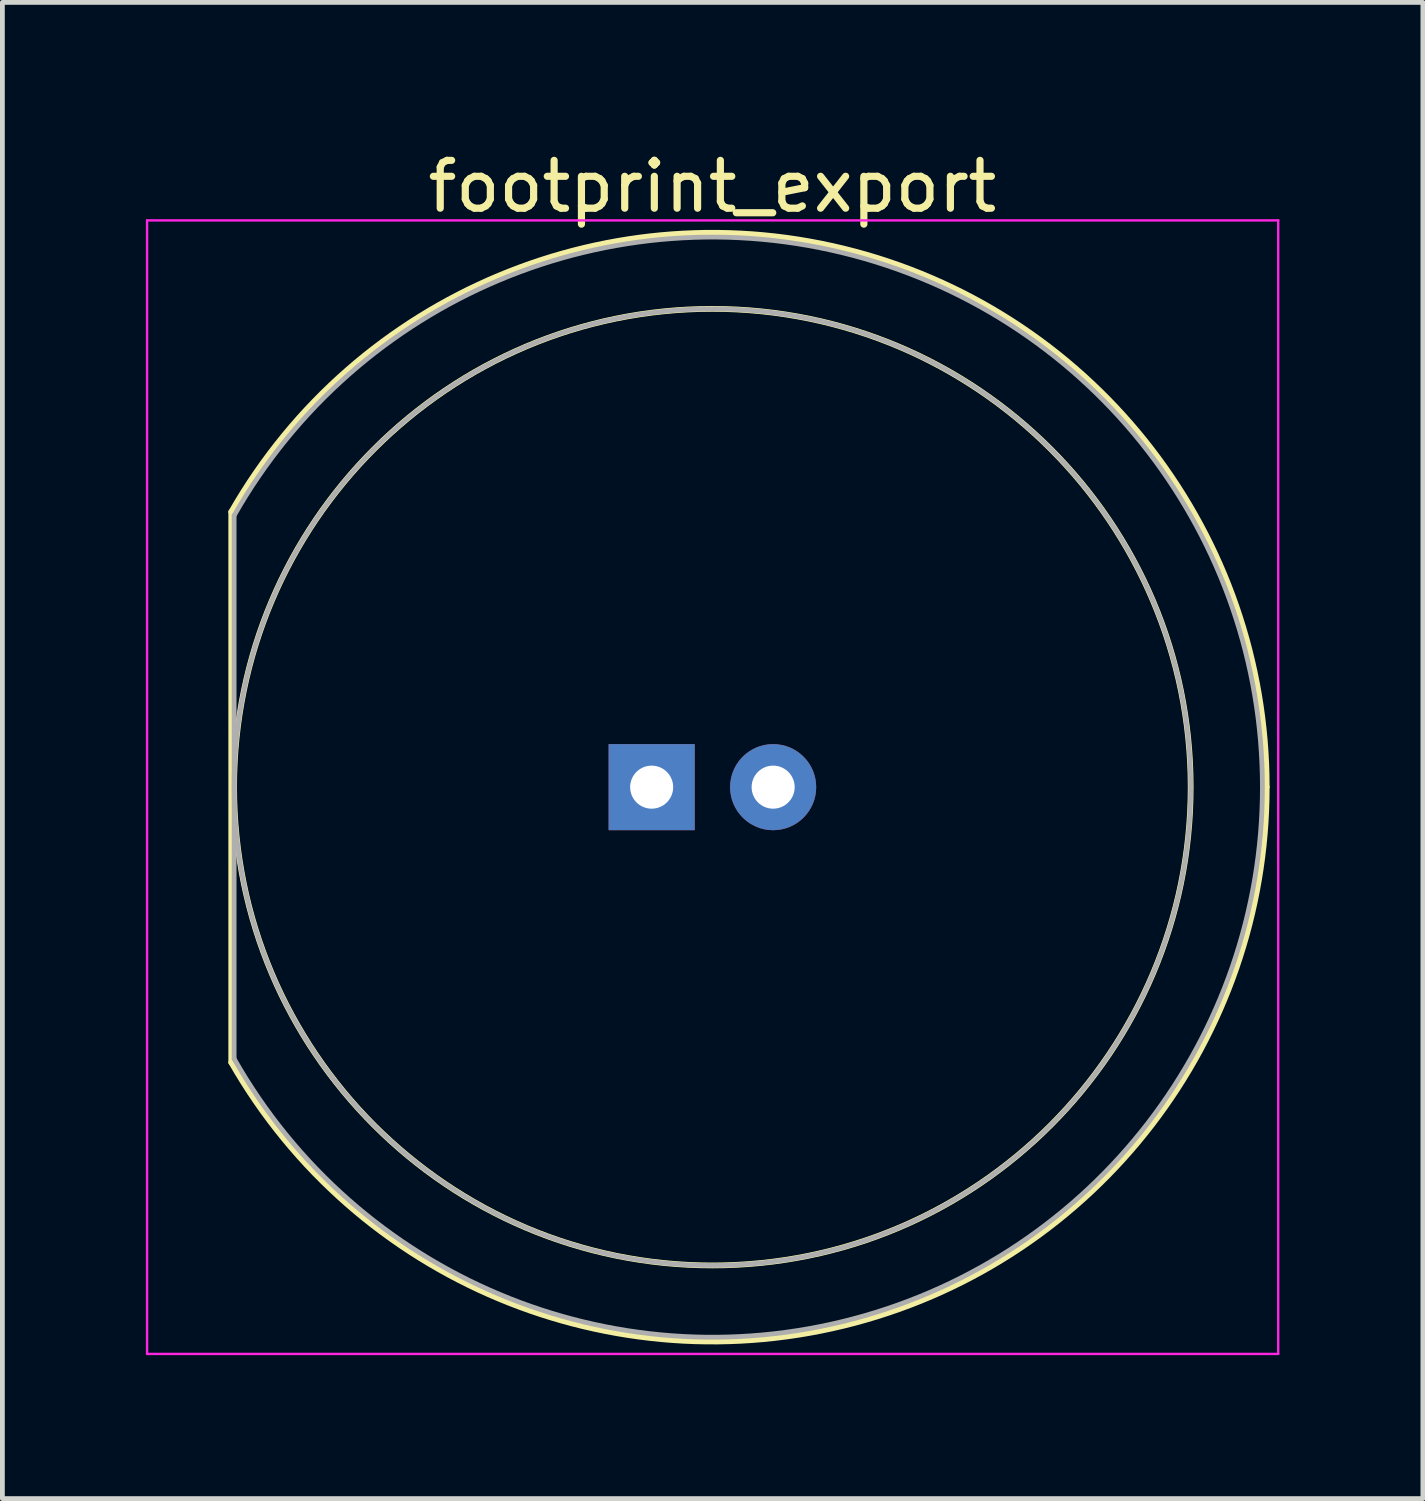
<source format=kicad_pcb>
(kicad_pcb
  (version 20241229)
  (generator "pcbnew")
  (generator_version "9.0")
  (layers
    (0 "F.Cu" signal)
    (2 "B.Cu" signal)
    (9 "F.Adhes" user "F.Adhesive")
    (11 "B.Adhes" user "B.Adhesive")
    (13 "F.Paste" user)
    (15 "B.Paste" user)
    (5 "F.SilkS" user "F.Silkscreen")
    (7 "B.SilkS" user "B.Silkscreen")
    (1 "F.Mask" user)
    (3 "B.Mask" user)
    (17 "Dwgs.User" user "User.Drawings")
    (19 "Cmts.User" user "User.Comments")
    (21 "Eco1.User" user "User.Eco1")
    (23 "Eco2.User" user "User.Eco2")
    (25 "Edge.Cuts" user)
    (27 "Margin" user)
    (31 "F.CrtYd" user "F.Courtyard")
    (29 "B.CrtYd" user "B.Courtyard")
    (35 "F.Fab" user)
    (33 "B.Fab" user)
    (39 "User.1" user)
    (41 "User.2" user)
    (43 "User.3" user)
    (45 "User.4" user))
  (footprint "footprint_export"
    (layer "F.Cu")
    (at 10.575 13.408)
    (property "Reference" "footprint_export" (at 1.27 -12.56 0) (layer "F.SilkS") (effects (font (size 1 1) (thickness 0.15))))
    (attr through_hole)
    (fp_line (start -8.79 -5.756) (end -8.79 5.756) (stroke (width 0.12) (type solid)) (layer "F.SilkS"))
    (fp_arc (start -8.79 -5.755389) (mid 4.245115 -11.201643) (end 12.859999 -0.00523) (stroke (width 0.12) (type solid)) (layer "F.SilkS"))
    (fp_arc (start 12.859999 0.00523) (mid 4.245115 11.201643) (end -8.79 5.755389) (stroke (width 0.12) (type solid)) (layer "F.SilkS"))
    (fp_circle (center 1.27 0) (end 11.27 0) (stroke (width 0.12) (type solid)) (fill no) (layer "F.SilkS"))
    (fp_line (start -10.55 -11.85) (end -10.55 11.85) (stroke (width 0.05) (type solid)) (layer "F.CrtYd"))
    (fp_line (start -10.55 11.85) (end 13.1 11.85) (stroke (width 0.05) (type solid)) (layer "F.CrtYd"))
    (fp_line (start 13.1 -11.85) (end -10.55 -11.85) (stroke (width 0.05) (type solid)) (layer "F.CrtYd"))
    (fp_line (start 13.1 11.85) (end 13.1 -11.85) (stroke (width 0.05) (type solid)) (layer "F.CrtYd"))
    (fp_line (start -8.73 -5.679) (end -8.73 5.679) (stroke (width 0.1) (type solid)) (layer "F.Fab"))
    (fp_arc (start -8.73 -5.678908) (mid 12.77 -0.001637) (end -8.728383 5.681755) (stroke (width 0.1) (type solid)) (layer "F.Fab"))
    (fp_circle (center 1.27 0) (end 11.27 0) (stroke (width 0.1) (type solid)) (fill no) (layer "F.Fab"))
    (pad "1" thru_hole rect (at 0 0) (size 1.8 1.8) (drill 0.9) (layers "*.Cu" "*.Mask"))
    (pad "2" thru_hole circle (at 2.54 0) (size 1.8 1.8) (drill 0.9) (layers "*.Cu" "*.Mask")))
  (gr_rect
    (start -3 -3)
    (end 26.7 28.283)
    (stroke (width 0.1) (type default))
    (fill no)
    (layer "Edge.Cuts")))
</source>
